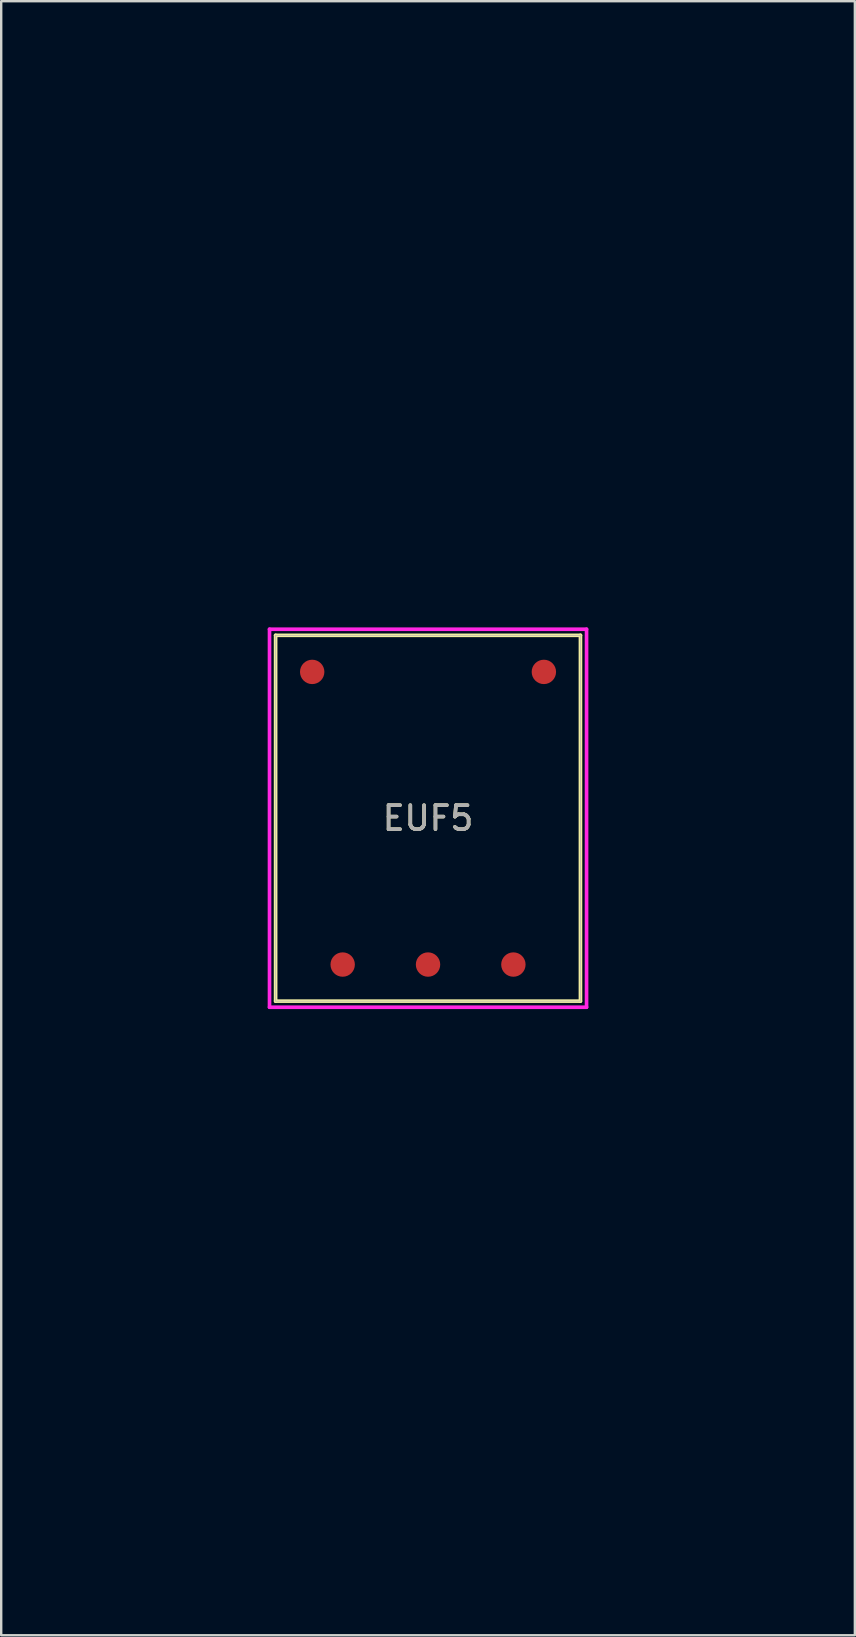
<source format=kicad_pcb>
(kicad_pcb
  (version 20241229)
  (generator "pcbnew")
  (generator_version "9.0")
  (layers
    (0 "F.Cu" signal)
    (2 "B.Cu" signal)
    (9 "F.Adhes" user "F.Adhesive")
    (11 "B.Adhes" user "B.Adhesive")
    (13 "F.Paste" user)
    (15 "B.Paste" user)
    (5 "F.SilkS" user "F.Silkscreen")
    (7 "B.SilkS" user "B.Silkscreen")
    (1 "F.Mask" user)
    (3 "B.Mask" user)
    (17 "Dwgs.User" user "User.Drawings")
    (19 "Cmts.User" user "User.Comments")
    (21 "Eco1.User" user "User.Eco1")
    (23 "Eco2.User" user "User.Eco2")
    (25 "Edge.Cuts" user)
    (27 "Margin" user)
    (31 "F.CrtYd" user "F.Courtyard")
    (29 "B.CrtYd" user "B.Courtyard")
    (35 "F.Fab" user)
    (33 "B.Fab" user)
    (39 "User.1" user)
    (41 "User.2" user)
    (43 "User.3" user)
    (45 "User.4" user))
  (footprint "EUF5"
    (layer "F.Cu")
    (at 14.782 31.038)
    (property "Reference" "EUF5" (at 0 0 0) (unlocked yes) (layer "F.SilkS") (effects (font (size 1 1) (thickness 0.15))))
    (attr smd)
    (fp_line (start -6.35 -7.62) (end -6.35 7.62) (stroke (width 0.152) (type solid)) (layer "F.SilkS"))
    (fp_line (start -6.35 7.62) (end 6.35 7.62) (stroke (width 0.152) (type solid)) (layer "F.SilkS"))
    (fp_line (start 6.35 -7.62) (end -6.35 -7.62) (stroke (width 0.152) (type solid)) (layer "F.SilkS"))
    (fp_line (start 6.35 7.62) (end 6.35 -7.62) (stroke (width 0.152) (type solid)) (layer "F.SilkS"))
    (fp_poly (pts (xy -14.732 -30.988) (xy 14.732 -30.988) (xy 14.732 30.988) (xy -14.732 30.988)) (stroke (width 0.1) (type solid)) (fill no) (layer "Eco2.User"))
    (fp_line (start -6.604 -7.874) (end 6.604 -7.874) (stroke (width 0.152) (type solid)) (layer "F.CrtYd"))
    (fp_line (start -6.604 7.874) (end -6.604 -7.874) (stroke (width 0.152) (type solid)) (layer "F.CrtYd"))
    (fp_line (start 6.604 -7.874) (end 6.604 7.874) (stroke (width 0.152) (type solid)) (layer "F.CrtYd"))
    (fp_line (start 6.604 7.874) (end -6.604 7.874) (stroke (width 0.152) (type solid)) (layer "F.CrtYd"))
    (fp_line (start -6.35 -7.62) (end -6.35 7.62) (stroke (width 0.025) (type solid)) (layer "F.Fab"))
    (fp_line (start -6.35 7.62) (end 6.35 7.62) (stroke (width 0.025) (type solid)) (layer "F.Fab"))
    (fp_line (start 6.35 -7.62) (end -6.35 -7.62) (stroke (width 0.025) (type solid)) (layer "F.Fab"))
    (fp_line (start 6.35 7.62) (end 6.35 -7.62) (stroke (width 0.025) (type solid)) (layer "F.Fab"))
    (fp_text user "${REFERENCE}" (at 0 0 0) (unlocked yes) (layer "F.Fab") (effects (font (size 1 1) (thickness 0.15))))
    (pad "1" smd circle (at 3.556 6.096) (size 1.016 1.016) (layers "F.Cu" "F.Mask" "F.Paste"))
    (pad "2" smd circle (at 0 6.096) (size 1.016 1.016) (layers "F.Cu" "F.Mask" "F.Paste"))
    (pad "3" smd circle (at -3.556 6.096) (size 1.016 1.016) (layers "F.Cu" "F.Mask" "F.Paste"))
    (pad "4" smd circle (at -4.826 -6.096) (size 1.016 1.016) (layers "F.Cu" "F.Mask" "F.Paste"))
    (pad "5" smd circle (at 4.826 -6.096) (size 1.016 1.016) (layers "F.Cu" "F.Mask" "F.Paste")))
  (gr_rect
    (start -3 -3)
    (end 32.564 65.076)
    (stroke (width 0.1) (type default))
    (fill no)
    (layer "Edge.Cuts")))
</source>
